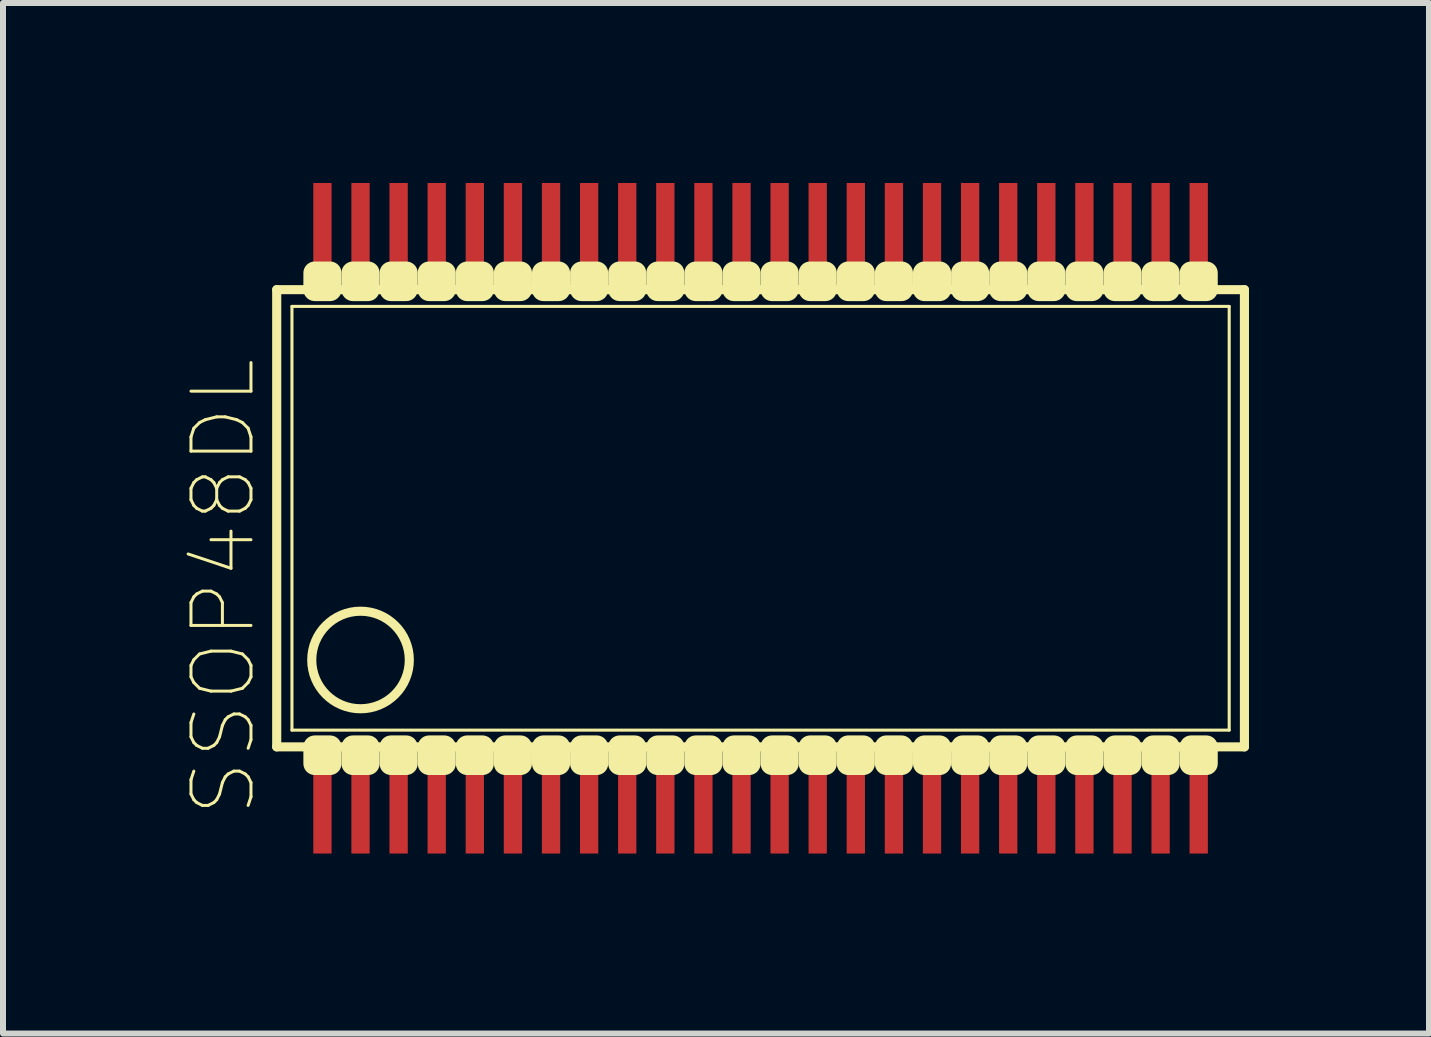
<source format=kicad_pcb>
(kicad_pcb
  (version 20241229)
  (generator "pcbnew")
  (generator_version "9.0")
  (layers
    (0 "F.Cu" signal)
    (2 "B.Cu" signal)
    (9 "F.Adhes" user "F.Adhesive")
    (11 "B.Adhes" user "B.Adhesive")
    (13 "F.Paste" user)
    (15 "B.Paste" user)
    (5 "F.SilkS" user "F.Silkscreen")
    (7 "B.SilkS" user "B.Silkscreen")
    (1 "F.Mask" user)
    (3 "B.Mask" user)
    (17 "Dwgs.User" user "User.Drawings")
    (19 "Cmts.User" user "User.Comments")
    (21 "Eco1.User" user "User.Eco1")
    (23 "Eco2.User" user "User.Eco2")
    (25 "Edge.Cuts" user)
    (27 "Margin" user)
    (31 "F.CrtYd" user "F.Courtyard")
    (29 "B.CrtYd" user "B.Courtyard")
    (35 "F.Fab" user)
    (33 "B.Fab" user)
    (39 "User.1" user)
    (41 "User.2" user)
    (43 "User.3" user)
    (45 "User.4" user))
  (footprint "SSOP48DL"
    (layer "F.Cu")
    (at 9.309 5.588)
    (property "Reference" "SSOP48DL" (at -8.636 1.143 90) (layer "F.SilkS") (effects (font (size 1 1) (thickness 0.05))))
    (attr smd)
    (fp_line (start -7.747 3.81) (end -7.747 -3.81) (stroke (width 0.152) (type solid)) (layer "F.SilkS"))
    (fp_line (start -7.747 3.81) (end 8.382 3.81) (stroke (width 0.152) (type solid)) (layer "F.SilkS"))
    (fp_line (start -7.493 3.531) (end -7.493 -3.531) (stroke (width 0.051) (type solid)) (layer "F.SilkS"))
    (fp_line (start -7.493 3.531) (end 8.128 3.531) (stroke (width 0.051) (type solid)) (layer "F.SilkS"))
    (fp_line (start 8.128 -3.531) (end -7.493 -3.531) (stroke (width 0.051) (type solid)) (layer "F.SilkS"))
    (fp_line (start 8.128 -3.531) (end 8.128 3.531) (stroke (width 0.051) (type solid)) (layer "F.SilkS"))
    (fp_line (start 8.382 -3.81) (end -7.747 -3.81) (stroke (width 0.152) (type solid)) (layer "F.SilkS"))
    (fp_line (start 8.382 3.81) (end 8.382 -3.81) (stroke (width 0.152) (type solid)) (layer "F.SilkS"))
    (fp_circle (center -6.35 2.362) (end -5.537 2.362) (stroke (width 0.152) (type solid)) (fill no) (layer "F.SilkS"))
    (fp_poly (pts (xy -7.112 -4.089) (xy -6.858 -4.089) (xy -6.858 -3.81) (xy -7.112 -3.81)) (stroke (width 0.381) (type solid)) (fill yes) (layer "F.SilkS"))
    (fp_poly (pts (xy -7.112 3.81) (xy -6.858 3.81) (xy -6.858 4.089) (xy -7.112 4.089)) (stroke (width 0.381) (type solid)) (fill yes) (layer "F.SilkS"))
    (fp_poly (pts (xy -6.477 -4.089) (xy -6.223 -4.089) (xy -6.223 -3.81) (xy -6.477 -3.81)) (stroke (width 0.381) (type solid)) (fill yes) (layer "F.SilkS"))
    (fp_poly (pts (xy -6.477 3.81) (xy -6.223 3.81) (xy -6.223 4.089) (xy -6.477 4.089)) (stroke (width 0.381) (type solid)) (fill yes) (layer "F.SilkS"))
    (fp_poly (pts (xy -5.842 -4.089) (xy -5.588 -4.089) (xy -5.588 -3.81) (xy -5.842 -3.81)) (stroke (width 0.381) (type solid)) (fill yes) (layer "F.SilkS"))
    (fp_poly (pts (xy -5.842 3.81) (xy -5.588 3.81) (xy -5.588 4.089) (xy -5.842 4.089)) (stroke (width 0.381) (type solid)) (fill yes) (layer "F.SilkS"))
    (fp_poly (pts (xy -5.207 -4.089) (xy -4.953 -4.089) (xy -4.953 -3.81) (xy -5.207 -3.81)) (stroke (width 0.381) (type solid)) (fill yes) (layer "F.SilkS"))
    (fp_poly (pts (xy -5.207 3.81) (xy -4.953 3.81) (xy -4.953 4.089) (xy -5.207 4.089)) (stroke (width 0.381) (type solid)) (fill yes) (layer "F.SilkS"))
    (fp_poly (pts (xy -4.572 -4.089) (xy -4.318 -4.089) (xy -4.318 -3.81) (xy -4.572 -3.81)) (stroke (width 0.381) (type solid)) (fill yes) (layer "F.SilkS"))
    (fp_poly (pts (xy -4.572 3.81) (xy -4.318 3.81) (xy -4.318 4.089) (xy -4.572 4.089)) (stroke (width 0.381) (type solid)) (fill yes) (layer "F.SilkS"))
    (fp_poly (pts (xy -3.937 -4.089) (xy -3.683 -4.089) (xy -3.683 -3.81) (xy -3.937 -3.81)) (stroke (width 0.381) (type solid)) (fill yes) (layer "F.SilkS"))
    (fp_poly (pts (xy -3.937 3.81) (xy -3.683 3.81) (xy -3.683 4.089) (xy -3.937 4.089)) (stroke (width 0.381) (type solid)) (fill yes) (layer "F.SilkS"))
    (fp_poly (pts (xy -3.302 -4.089) (xy -3.048 -4.089) (xy -3.048 -3.81) (xy -3.302 -3.81)) (stroke (width 0.381) (type solid)) (fill yes) (layer "F.SilkS"))
    (fp_poly (pts (xy -3.302 3.81) (xy -3.048 3.81) (xy -3.048 4.089) (xy -3.302 4.089)) (stroke (width 0.381) (type solid)) (fill yes) (layer "F.SilkS"))
    (fp_poly (pts (xy -2.667 -4.089) (xy -2.413 -4.089) (xy -2.413 -3.81) (xy -2.667 -3.81)) (stroke (width 0.381) (type solid)) (fill yes) (layer "F.SilkS"))
    (fp_poly (pts (xy -2.667 3.81) (xy -2.413 3.81) (xy -2.413 4.089) (xy -2.667 4.089)) (stroke (width 0.381) (type solid)) (fill yes) (layer "F.SilkS"))
    (fp_poly (pts (xy -2.032 -4.089) (xy -1.778 -4.089) (xy -1.778 -3.81) (xy -2.032 -3.81)) (stroke (width 0.381) (type solid)) (fill yes) (layer "F.SilkS"))
    (fp_poly (pts (xy -2.032 3.81) (xy -1.778 3.81) (xy -1.778 4.089) (xy -2.032 4.089)) (stroke (width 0.381) (type solid)) (fill yes) (layer "F.SilkS"))
    (fp_poly (pts (xy -1.397 -4.089) (xy -1.143 -4.089) (xy -1.143 -3.81) (xy -1.397 -3.81)) (stroke (width 0.381) (type solid)) (fill yes) (layer "F.SilkS"))
    (fp_poly (pts (xy -1.397 3.81) (xy -1.143 3.81) (xy -1.143 4.089) (xy -1.397 4.089)) (stroke (width 0.381) (type solid)) (fill yes) (layer "F.SilkS"))
    (fp_poly (pts (xy -0.762 -4.089) (xy -0.508 -4.089) (xy -0.508 -3.81) (xy -0.762 -3.81)) (stroke (width 0.381) (type solid)) (fill yes) (layer "F.SilkS"))
    (fp_poly (pts (xy -0.762 3.81) (xy -0.508 3.81) (xy -0.508 4.089) (xy -0.762 4.089)) (stroke (width 0.381) (type solid)) (fill yes) (layer "F.SilkS"))
    (fp_poly (pts (xy -0.127 -4.089) (xy 0.127 -4.089) (xy 0.127 -3.81) (xy -0.127 -3.81)) (stroke (width 0.381) (type solid)) (fill yes) (layer "F.SilkS"))
    (fp_poly (pts (xy -0.127 3.81) (xy 0.127 3.81) (xy 0.127 4.089) (xy -0.127 4.089)) (stroke (width 0.381) (type solid)) (fill yes) (layer "F.SilkS"))
    (fp_poly (pts (xy 0.508 -4.089) (xy 0.762 -4.089) (xy 0.762 -3.81) (xy 0.508 -3.81)) (stroke (width 0.381) (type solid)) (fill yes) (layer "F.SilkS"))
    (fp_poly (pts (xy 0.508 3.81) (xy 0.762 3.81) (xy 0.762 4.089) (xy 0.508 4.089)) (stroke (width 0.381) (type solid)) (fill yes) (layer "F.SilkS"))
    (fp_poly (pts (xy 1.143 -4.089) (xy 1.397 -4.089) (xy 1.397 -3.81) (xy 1.143 -3.81)) (stroke (width 0.381) (type solid)) (fill yes) (layer "F.SilkS"))
    (fp_poly (pts (xy 1.143 3.81) (xy 1.397 3.81) (xy 1.397 4.089) (xy 1.143 4.089)) (stroke (width 0.381) (type solid)) (fill yes) (layer "F.SilkS"))
    (fp_poly (pts (xy 1.778 -4.089) (xy 2.032 -4.089) (xy 2.032 -3.81) (xy 1.778 -3.81)) (stroke (width 0.381) (type solid)) (fill yes) (layer "F.SilkS"))
    (fp_poly (pts (xy 1.778 3.81) (xy 2.032 3.81) (xy 2.032 4.089) (xy 1.778 4.089)) (stroke (width 0.381) (type solid)) (fill yes) (layer "F.SilkS"))
    (fp_poly (pts (xy 2.413 -4.089) (xy 2.667 -4.089) (xy 2.667 -3.81) (xy 2.413 -3.81)) (stroke (width 0.381) (type solid)) (fill yes) (layer "F.SilkS"))
    (fp_poly (pts (xy 2.413 3.81) (xy 2.667 3.81) (xy 2.667 4.089) (xy 2.413 4.089)) (stroke (width 0.381) (type solid)) (fill yes) (layer "F.SilkS"))
    (fp_poly (pts (xy 3.048 -4.089) (xy 3.302 -4.089) (xy 3.302 -3.81) (xy 3.048 -3.81)) (stroke (width 0.381) (type solid)) (fill yes) (layer "F.SilkS"))
    (fp_poly (pts (xy 3.048 3.81) (xy 3.302 3.81) (xy 3.302 4.089) (xy 3.048 4.089)) (stroke (width 0.381) (type solid)) (fill yes) (layer "F.SilkS"))
    (fp_poly (pts (xy 3.683 -4.089) (xy 3.937 -4.089) (xy 3.937 -3.81) (xy 3.683 -3.81)) (stroke (width 0.381) (type solid)) (fill yes) (layer "F.SilkS"))
    (fp_poly (pts (xy 3.683 3.81) (xy 3.937 3.81) (xy 3.937 4.089) (xy 3.683 4.089)) (stroke (width 0.381) (type solid)) (fill yes) (layer "F.SilkS"))
    (fp_poly (pts (xy 4.318 -4.089) (xy 4.572 -4.089) (xy 4.572 -3.81) (xy 4.318 -3.81)) (stroke (width 0.381) (type solid)) (fill yes) (layer "F.SilkS"))
    (fp_poly (pts (xy 4.318 3.81) (xy 4.572 3.81) (xy 4.572 4.089) (xy 4.318 4.089)) (stroke (width 0.381) (type solid)) (fill yes) (layer "F.SilkS"))
    (fp_poly (pts (xy 4.953 -4.089) (xy 5.207 -4.089) (xy 5.207 -3.81) (xy 4.953 -3.81)) (stroke (width 0.381) (type solid)) (fill yes) (layer "F.SilkS"))
    (fp_poly (pts (xy 4.953 3.81) (xy 5.207 3.81) (xy 5.207 4.089) (xy 4.953 4.089)) (stroke (width 0.381) (type solid)) (fill yes) (layer "F.SilkS"))
    (fp_poly (pts (xy 5.588 -4.089) (xy 5.842 -4.089) (xy 5.842 -3.81) (xy 5.588 -3.81)) (stroke (width 0.381) (type solid)) (fill yes) (layer "F.SilkS"))
    (fp_poly (pts (xy 5.588 3.81) (xy 5.842 3.81) (xy 5.842 4.089) (xy 5.588 4.089)) (stroke (width 0.381) (type solid)) (fill yes) (layer "F.SilkS"))
    (fp_poly (pts (xy 6.223 -4.089) (xy 6.477 -4.089) (xy 6.477 -3.81) (xy 6.223 -3.81)) (stroke (width 0.381) (type solid)) (fill yes) (layer "F.SilkS"))
    (fp_poly (pts (xy 6.223 3.81) (xy 6.477 3.81) (xy 6.477 4.089) (xy 6.223 4.089)) (stroke (width 0.381) (type solid)) (fill yes) (layer "F.SilkS"))
    (fp_poly (pts (xy 6.858 -4.089) (xy 7.112 -4.089) (xy 7.112 -3.81) (xy 6.858 -3.81)) (stroke (width 0.381) (type solid)) (fill yes) (layer "F.SilkS"))
    (fp_poly (pts (xy 6.858 3.81) (xy 7.112 3.81) (xy 7.112 4.089) (xy 6.858 4.089)) (stroke (width 0.381) (type solid)) (fill yes) (layer "F.SilkS"))
    (fp_poly (pts (xy 7.493 -4.089) (xy 7.747 -4.089) (xy 7.747 -3.81) (xy 7.493 -3.81)) (stroke (width 0.381) (type solid)) (fill yes) (layer "F.SilkS"))
    (fp_poly (pts (xy 7.493 3.81) (xy 7.747 3.81) (xy 7.747 4.089) (xy 7.493 4.089)) (stroke (width 0.381) (type solid)) (fill yes) (layer "F.SilkS"))
    (pad "1" smd rect (at -6.985 4.877) (size 0.305 1.422) (layers "F.Cu" "F.Mask" "F.Paste"))
    (pad "2" smd rect (at -6.35 4.877) (size 0.305 1.422) (layers "F.Cu" "F.Mask" "F.Paste"))
    (pad "3" smd rect (at -5.715 4.877) (size 0.305 1.422) (layers "F.Cu" "F.Mask" "F.Paste"))
    (pad "4" smd rect (at -5.08 4.877) (size 0.305 1.422) (layers "F.Cu" "F.Mask" "F.Paste"))
    (pad "5" smd rect (at -4.445 4.877) (size 0.305 1.422) (layers "F.Cu" "F.Mask" "F.Paste"))
    (pad "6" smd rect (at -3.81 4.877) (size 0.305 1.422) (layers "F.Cu" "F.Mask" "F.Paste"))
    (pad "7" smd rect (at -3.175 4.877) (size 0.305 1.422) (layers "F.Cu" "F.Mask" "F.Paste"))
    (pad "8" smd rect (at -2.54 4.877) (size 0.305 1.422) (layers "F.Cu" "F.Mask" "F.Paste"))
    (pad "9" smd rect (at -1.905 4.877) (size 0.305 1.422) (layers "F.Cu" "F.Mask" "F.Paste"))
    (pad "10" smd rect (at -1.27 4.877) (size 0.305 1.422) (layers "F.Cu" "F.Mask" "F.Paste"))
    (pad "11" smd rect (at -0.635 4.877) (size 0.305 1.422) (layers "F.Cu" "F.Mask" "F.Paste"))
    (pad "12" smd rect (at 0 4.877) (size 0.305 1.422) (layers "F.Cu" "F.Mask" "F.Paste"))
    (pad "13" smd rect (at 0.635 4.877) (size 0.305 1.422) (layers "F.Cu" "F.Mask" "F.Paste"))
    (pad "14" smd rect (at 1.27 4.877) (size 0.305 1.422) (layers "F.Cu" "F.Mask" "F.Paste"))
    (pad "15" smd rect (at 1.905 4.877) (size 0.305 1.422) (layers "F.Cu" "F.Mask" "F.Paste"))
    (pad "16" smd rect (at 2.54 4.877) (size 0.305 1.422) (layers "F.Cu" "F.Mask" "F.Paste"))
    (pad "17" smd rect (at 3.175 4.877) (size 0.305 1.422) (layers "F.Cu" "F.Mask" "F.Paste"))
    (pad "18" smd rect (at 3.81 4.877) (size 0.305 1.422) (layers "F.Cu" "F.Mask" "F.Paste"))
    (pad "19" smd rect (at 4.445 4.877) (size 0.305 1.422) (layers "F.Cu" "F.Mask" "F.Paste"))
    (pad "20" smd rect (at 5.08 4.877) (size 0.305 1.422) (layers "F.Cu" "F.Mask" "F.Paste"))
    (pad "21" smd rect (at 5.715 4.877) (size 0.305 1.422) (layers "F.Cu" "F.Mask" "F.Paste"))
    (pad "22" smd rect (at 6.35 4.877) (size 0.305 1.422) (layers "F.Cu" "F.Mask" "F.Paste"))
    (pad "23" smd rect (at 6.985 4.877) (size 0.305 1.422) (layers "F.Cu" "F.Mask" "F.Paste"))
    (pad "24" smd rect (at 7.62 4.877) (size 0.305 1.422) (layers "F.Cu" "F.Mask" "F.Paste"))
    (pad "25" smd rect (at 7.62 -4.877) (size 0.305 1.422) (layers "F.Cu" "F.Mask" "F.Paste"))
    (pad "26" smd rect (at 6.985 -4.877) (size 0.305 1.422) (layers "F.Cu" "F.Mask" "F.Paste"))
    (pad "27" smd rect (at 6.35 -4.877) (size 0.305 1.422) (layers "F.Cu" "F.Mask" "F.Paste"))
    (pad "28" smd rect (at 5.715 -4.877) (size 0.305 1.422) (layers "F.Cu" "F.Mask" "F.Paste"))
    (pad "29" smd rect (at 5.08 -4.877) (size 0.305 1.422) (layers "F.Cu" "F.Mask" "F.Paste"))
    (pad "30" smd rect (at 4.445 -4.877) (size 0.305 1.422) (layers "F.Cu" "F.Mask" "F.Paste"))
    (pad "31" smd rect (at 3.81 -4.877) (size 0.305 1.422) (layers "F.Cu" "F.Mask" "F.Paste"))
    (pad "32" smd rect (at 3.175 -4.877) (size 0.305 1.422) (layers "F.Cu" "F.Mask" "F.Paste"))
    (pad "33" smd rect (at 2.54 -4.877) (size 0.305 1.422) (layers "F.Cu" "F.Mask" "F.Paste"))
    (pad "34" smd rect (at 1.905 -4.877) (size 0.305 1.422) (layers "F.Cu" "F.Mask" "F.Paste"))
    (pad "35" smd rect (at 1.27 -4.877) (size 0.305 1.422) (layers "F.Cu" "F.Mask" "F.Paste"))
    (pad "36" smd rect (at 0.635 -4.877) (size 0.305 1.422) (layers "F.Cu" "F.Mask" "F.Paste"))
    (pad "37" smd rect (at 0 -4.877) (size 0.305 1.422) (layers "F.Cu" "F.Mask" "F.Paste"))
    (pad "38" smd rect (at -0.635 -4.877) (size 0.305 1.422) (layers "F.Cu" "F.Mask" "F.Paste"))
    (pad "39" smd rect (at -1.27 -4.877) (size 0.305 1.422) (layers "F.Cu" "F.Mask" "F.Paste"))
    (pad "40" smd rect (at -1.905 -4.877) (size 0.305 1.422) (layers "F.Cu" "F.Mask" "F.Paste"))
    (pad "41" smd rect (at -2.54 -4.877) (size 0.305 1.422) (layers "F.Cu" "F.Mask" "F.Paste"))
    (pad "42" smd rect (at -3.175 -4.877) (size 0.305 1.422) (layers "F.Cu" "F.Mask" "F.Paste"))
    (pad "43" smd rect (at -3.81 -4.877) (size 0.305 1.422) (layers "F.Cu" "F.Mask" "F.Paste"))
    (pad "44" smd rect (at -4.445 -4.877) (size 0.305 1.422) (layers "F.Cu" "F.Mask" "F.Paste"))
    (pad "45" smd rect (at -5.08 -4.877) (size 0.305 1.422) (layers "F.Cu" "F.Mask" "F.Paste"))
    (pad "46" smd rect (at -5.715 -4.877) (size 0.305 1.422) (layers "F.Cu" "F.Mask" "F.Paste"))
    (pad "47" smd rect (at -6.35 -4.877) (size 0.305 1.422) (layers "F.Cu" "F.Mask" "F.Paste"))
    (pad "48" smd rect (at -6.985 -4.877) (size 0.305 1.422) (layers "F.Cu" "F.Mask" "F.Paste")))
  (gr_rect
    (start -3 -3)
    (end 20.767 14.176)
    (stroke (width 0.1) (type default))
    (fill no)
    (layer "Edge.Cuts")))
</source>
